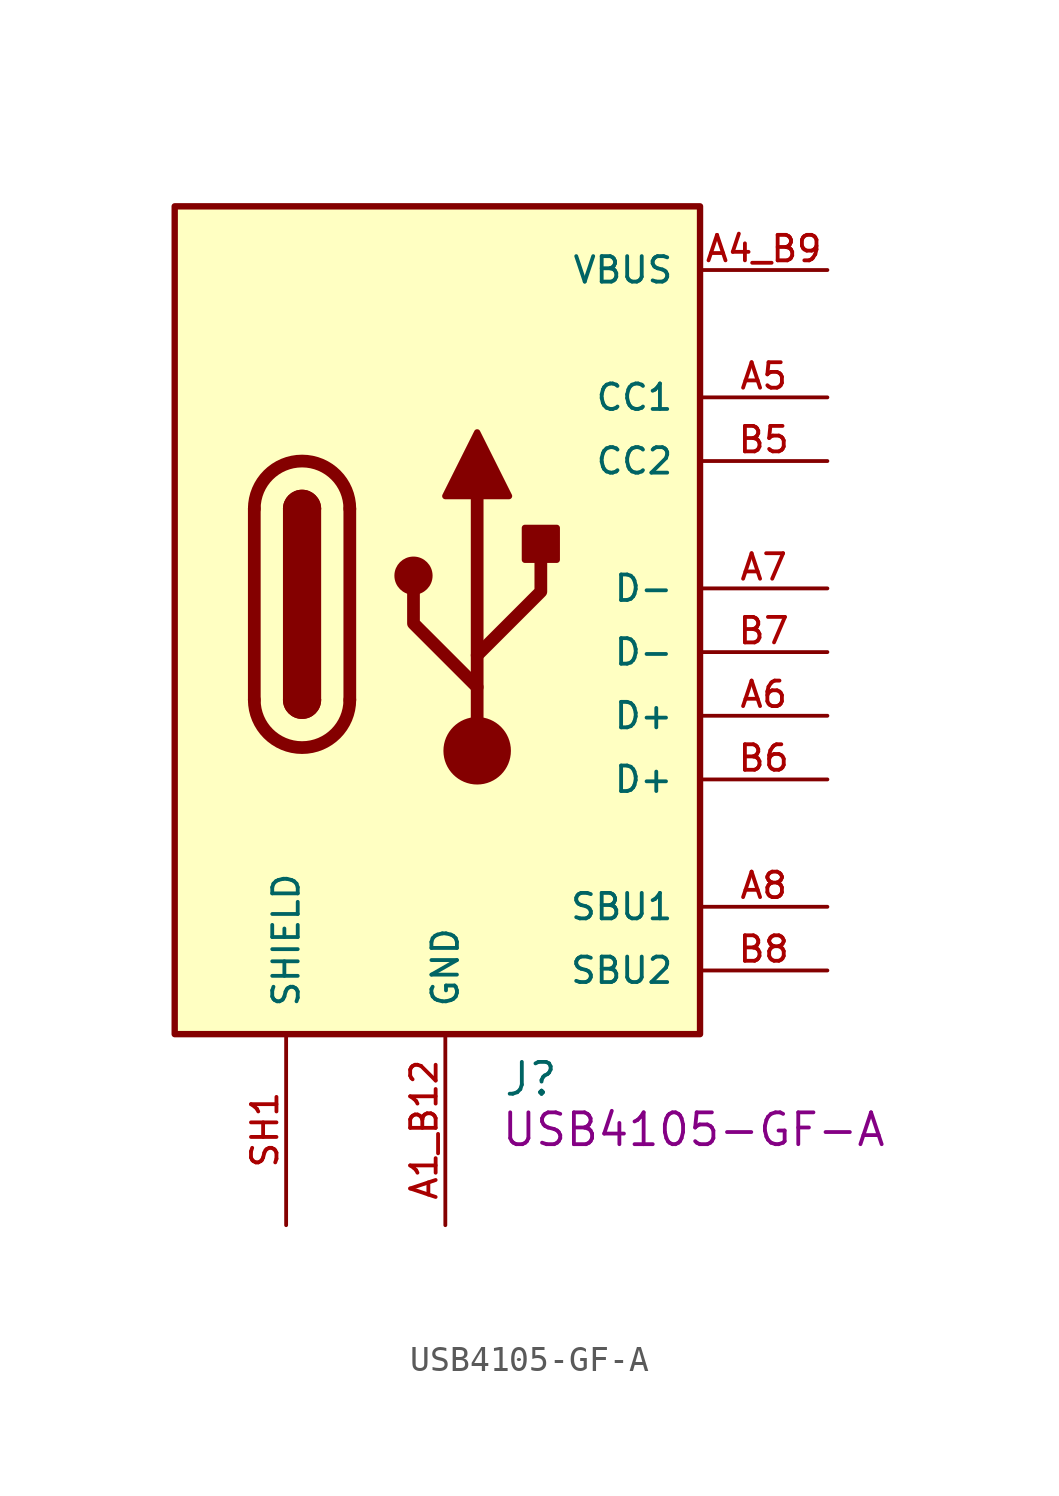
<source format=kicad_sym>
(kicad_symbol_lib
  (version 20231120)
  (generator "kicad_symbol_editor")
  (generator_version "8.0")
  (symbol "USB4105-GF-A"
    (pin_names
      (offset 1.016))
    (property "Reference" "J"
      (at -12.954 -33.02 0)
      (effects (font (size 1.27 1.27)) (justify left bottom)))
    (property "MPN" "USB4105-GF-A"
      (at -5.334 -34.29 0)
      (effects (font (size 1.27 1.27))))
    (symbol "USB4105-GF-A_0_0"
      (rectangle (start -26.035 2.54) (end -5.08 -30.48) (stroke (width 0.254) (type default)) (fill (type background)))
      (pin power_in line (at 0 0 180) (length 5.08) (name "VBUS" (effects (font (size 1.016 1.016)))) (number "A4_B9" (effects (font (size 1.016 1.016)))))
      (pin bidirectional line (at 0 -5.08 180) (length 5.08) (name "CC1" (effects (font (size 1.016 1.016)))) (number "A5" (effects (font (size 1.016 1.016)))))
      (pin bidirectional line (at 0 -25.4 180) (length 5.08) (name "SBU1" (effects (font (size 1.016 1.016)))) (number "A8" (effects (font (size 1.016 1.016)))))
      (pin bidirectional line (at 0 -7.62 180) (length 5.08) (name "CC2" (effects (font (size 1.016 1.016)))) (number "B5" (effects (font (size 1.016 1.016)))))
      (pin bidirectional line (at 0 -27.94 180) (length 5.08) (name "SBU2" (effects (font (size 1.016 1.016)))) (number "B8" (effects (font (size 1.016 1.016))))))
    (symbol "USB4105-GF-A_0_1"
      (arc (start -22.86 -17.145) (mid -20.955 -19.0417) (end -19.05 -17.145) (stroke (width 0.508) (type default)) (fill (type none)))
      (arc (start -21.59 -17.145) (mid -20.955 -17.7773) (end -20.32 -17.145) (stroke (width 0.254) (type default)) (fill (type none)))
      (arc (start -21.59 -17.145) (mid -20.955 -17.7773) (end -20.32 -17.145) (stroke (width 0.254) (type default)) (fill (type outline)))
      (rectangle (start -21.59 -17.145) (end -20.32 -9.525) (stroke (width 0.254) (type default)) (fill (type outline)))
      (arc (start -20.32 -9.525) (mid -20.955 -8.8927) (end -21.59 -9.525) (stroke (width 0.254) (type default)) (fill (type none)))
      (arc (start -20.32 -9.525) (mid -20.955 -8.8927) (end -21.59 -9.525) (stroke (width 0.254) (type default)) (fill (type outline)))
      (arc (start -19.05 -9.525) (mid -20.955 -7.6283) (end -22.86 -9.525) (stroke (width 0.508) (type default)) (fill (type none)))
      (polyline (pts (xy -22.86 -17.145) (xy -22.86 -9.525)) (stroke (width 0.508) (type default)) (fill (type none)))
      (polyline (pts (xy -19.05 -9.525) (xy -19.05 -17.145)) (stroke (width 0.508) (type default)) (fill (type none))))
    (symbol "USB4105-GF-A_1_0"
      (pin power_in line (at -15.24 -38.1 90) (length 7.62) (name "GND" (effects (font (size 1.016 1.016)))) (number "A1_B12" (effects (font (size 1.016 1.016)))))
      (pin bidirectional line (at 0 -17.78 180) (length 5.08) (name "D+" (effects (font (size 1.016 1.016)))) (number "A6" (effects (font (size 1.016 1.016)))))
      (pin bidirectional line (at 0 -12.7 180) (length 5.08) (name "D-" (effects (font (size 1.016 1.016)))) (number "A7" (effects (font (size 1.016 1.016)))))
      (pin power_in line (at -15.24 -38.1 90) (length 7.62) hide (name "GND" (effects (font (size 1.016 1.016)))) (number "B1_A12" (effects (font (size 1.016 1.016)))))
      (pin power_in line (at 0 0 180) (length 5.08) hide (name "VBUS" (effects (font (size 1.016 1.016)))) (number "B4_A9" (effects (font (size 1.016 1.016)))))
      (pin bidirectional line (at 0 -20.32 180) (length 5.08) (name "D+" (effects (font (size 1.016 1.016)))) (number "B6" (effects (font (size 1.016 1.016)))))
      (pin bidirectional line (at 0 -15.24 180) (length 5.08) (name "D-" (effects (font (size 1.016 1.016)))) (number "B7" (effects (font (size 1.016 1.016)))))
      (pin power_in line (at -21.59 -38.1 90) (length 7.62) (name "SHIELD" (effects (font (size 1.016 1.016)))) (number "SH1" (effects (font (size 1.016 1.016)))))
      (pin power_in line (at -21.59 -38.1 90) (length 7.62) hide (name "SHIELD" (effects (font (size 1.016 1.016)))) (number "SH2" (effects (font (size 1.016 1.016)))))
      (pin power_in line (at -21.59 -38.1 90) (length 7.62) hide (name "SHIELD" (effects (font (size 1.016 1.016)))) (number "SH3" (effects (font (size 1.016 1.016)))))
      (pin power_in line (at -21.59 -38.1 90) (length 7.62) hide (name "SHIELD" (effects (font (size 1.016 1.016)))) (number "SH4" (effects (font (size 1.016 1.016))))))
    (symbol "USB4105-GF-A_1_1"
      (circle (center -16.51 -12.192) (radius 0.635) (stroke (width 0.254) (type default)) (fill (type outline)))
      (circle (center -13.97 -19.177) (radius 1.27) (stroke (width 0) (type default)) (fill (type outline)))
      (rectangle (start -12.065 -11.557) (end -10.795 -10.287) (stroke (width 0.254) (type default)) (fill (type outline)))
      (polyline (pts (xy -13.97 -19.177) (xy -13.97 -9.017)) (stroke (width 0.508) (type default)) (fill (type none)))
      (polyline (pts (xy -13.97 -16.637) (xy -16.51 -14.097) (xy -16.51 -12.827)) (stroke (width 0.508) (type default)) (fill (type none)))
      (polyline (pts (xy -13.97 -15.367) (xy -11.43 -12.827) (xy -11.43 -11.557)) (stroke (width 0.508) (type default)) (fill (type none)))
      (polyline (pts (xy -15.24 -9.017) (xy -13.97 -6.477) (xy -12.7 -9.017) (xy -15.24 -9.017)) (stroke (width 0.254) (type default)) (fill (type outline))))))
</source>
